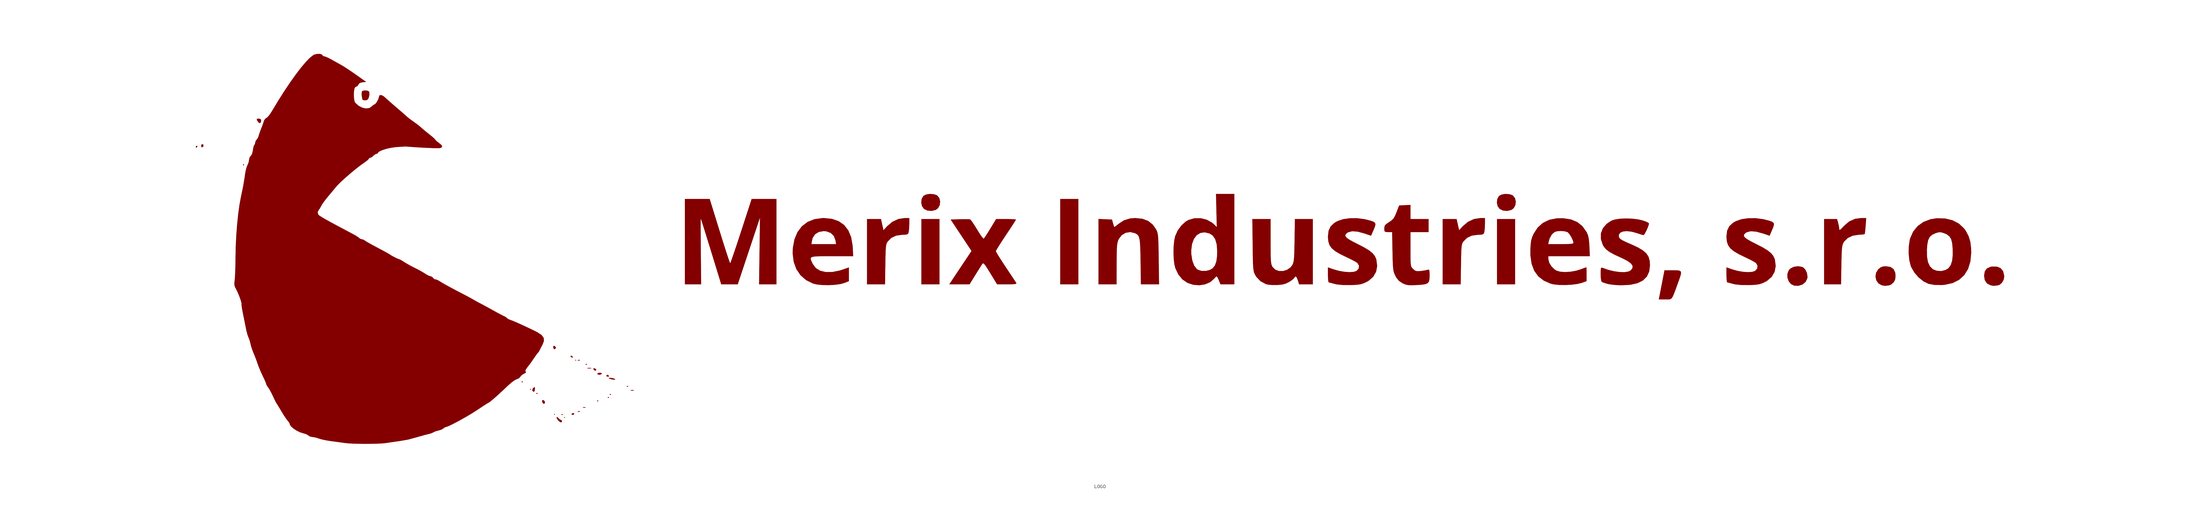
<source format=kicad_sym>
(kicad_symbol_lib
  (version 20220914)
  (generator "bitmap2component")
  (generator_version "9.0")
  (symbol "LOGO"
    (pin_names
      (offset 1.016))
    (property "Reference" "#G"
      (at 0 145.28 0)
      (effects (font (size 1.27 1.27)) hide))
    (symbol "LOGO_0_0"
      (polyline (pts (xy -180.847 -47.481) (xy -179.249 -47.442) (xy -177.917 -47.375) (xy -176.989 -47.279) (xy -176.958 -47.274) (xy -175.914 -47.114) (xy -174.617 -46.925) (xy -173.342 -46.746) (xy -171.022 -46.343) (xy -167.397 -45.35) (xy -167.364 -45.339) (xy -166.504 -45.087) (xy -165.578 -44.866) (xy -165.446 -44.837) (xy -164.708 -44.616) (xy -164.227 -44.376) (xy -164.178 -44.34) (xy -163.634 -44.102) (xy -162.881 -43.905) (xy -162.752 -43.879) (xy -162.025 -43.638) (xy -161.564 -43.341) (xy -161.362 -43.153) (xy -160.908 -42.964) (xy -160.483 -42.842) (xy -159.676 -42.484) (xy -158.591 -41.94) (xy -157.32 -41.262) (xy -155.955 -40.5) (xy -154.589 -39.704) (xy -153.315 -38.926) (xy -152.226 -38.215) (xy -151.295 -37.587) (xy -150.421 -37.012) (xy -149.801 -36.622) (xy -149.531 -36.479) (xy -149.525 -36.478) (xy -149.208 -36.286) (xy -148.584 -35.791) (xy -147.728 -35.059) (xy -146.72 -34.159) (xy -145.635 -33.159) (xy -144.553 -32.126) (xy -144.242 -31.829) (xy -143.251 -30.965) (xy -142.417 -30.358) (xy -141.839 -30.084) (xy -141.27 -29.848) (xy -140.915 -29.45) (xy -140.912 -29.441) (xy -140.56 -29.007) (xy -139.943 -28.631) (xy -139.843 -28.588) (xy -139.392 -28.307) (xy -139.46 -28.083) (xy -139.574 -27.941) (xy -139.475 -27.548) (xy -139.006 -26.875) (xy -138.801 -26.614) (xy -138.23 -25.862) (xy -137.809 -25.273) (xy -137.094 -24.218) (xy -136.615 -23.532) (xy -136.317 -23.14) (xy -136.143 -22.962) (xy -135.94 -22.7) (xy -135.652 -22.152) (xy -135.378 -21.581) (xy -134.964 -20.806) (xy -134.578 -19.84) (xy -134.651 -18.977) (xy -135.226 -18.21) (xy -136.322 -17.493) (xy -137.27 -17.014) (xy -138.494 -16.42) (xy -139.798 -15.805) (xy -141.071 -15.221) (xy -142.199 -14.721) (xy -143.068 -14.355) (xy -143.565 -14.175) (xy -144.091 -13.973) (xy -144.586 -13.619) (xy -144.777 -13.422) (xy -145.09 -13.24) (xy -145.099 -13.239) (xy -145.431 -13.094) (xy -146.128 -12.736) (xy -147.094 -12.219) (xy -148.232 -11.591) (xy -148.268 -11.571) (xy -149.446 -10.917) (xy -150.49 -10.345) (xy -151.286 -9.917) (xy -151.725 -9.693) (xy -151.894 -9.61) (xy -152.565 -9.25) (xy -153.346 -8.801) (xy -153.368 -8.787) (xy -154.174 -8.33) (xy -155.231 -7.756) (xy -156.318 -7.186) (xy -157.973 -6.327) (xy -159.595 -5.464) (xy -160.974 -4.708) (xy -162.031 -4.104) (xy -162.685 -3.694) (xy -163.234 -3.391) (xy -163.78 -3.243) (xy -164.016 -3.193) (xy -164.387 -2.837) (xy -164.507 -2.651) (xy -164.967 -2.432) (xy -165.482 -2.29) (xy -166.124 -1.948) (xy -166.861 -1.475) (xy -167.575 -1.055) (xy -168.434 -0.594) (xy -169.61 0.002) (xy -170.472 0.453) (xy -171.487 1.024) (xy -172.257 1.501) (xy -172.515 1.671) (xy -173.103 2.022) (xy -173.432 2.162) (xy -173.591 2.201) (xy -174.133 2.431) (xy -174.843 2.782) (xy -175.525 3.156) (xy -175.988 3.455) (xy -175.994 3.459) (xy -176.366 3.688) (xy -177.109 4.105) (xy -178.117 4.652) (xy -179.286 5.272) (xy -179.31 5.284) (xy -180.491 5.915) (xy -181.52 6.486) (xy -182.288 6.934) (xy -182.685 7.198) (xy -182.987 7.398) (xy -183.547 7.566) (xy -183.762 7.596) (xy -184.154 7.842) (xy -184.416 8.069) (xy -185.036 8.47) (xy -185.859 8.936) (xy -186.034 9.029) (xy -187.093 9.593) (xy -188.344 10.259) (xy -189.554 10.902) (xy -189.945 11.11) (xy -191.814 12.117) (xy -193.237 12.906) (xy -194.247 13.497) (xy -194.876 13.908) (xy -195.157 14.159) (xy -195.346 14.803) (xy -195.023 15.45) (xy -194.737 15.834) (xy -194.383 16.483) (xy -194.156 16.901) (xy -193.626 17.669) (xy -192.797 18.729) (xy -191.632 20.129) (xy -191.546 20.231) (xy -191.03 20.853) (xy -190.451 21.562) (xy -190.029 22.038) (xy -189.09 22.974) (xy -187.898 24.07) (xy -186.566 25.23) (xy -185.204 26.358) (xy -183.924 27.358) (xy -182.838 28.133) (xy -182.327 28.493) (xy -181.791 28.936) (xy -181.583 29.209) (xy -181.552 29.308) (xy -181.22 29.453) (xy -180.859 29.587) (xy -180.367 29.994) (xy -179.956 30.349) (xy -179.515 30.534) (xy -179.368 30.553) (xy -179.151 30.758) (xy -179.093 30.9) (xy -178.631 31.233) (xy -177.803 31.579) (xy -176.726 31.901) (xy -175.515 32.163) (xy -174.287 32.326) (xy -173.938 32.354) (xy -172.846 32.43) (xy -171.961 32.472) (xy -171.45 32.472) (xy -170.971 32.432) (xy -169.493 32.322) (xy -167.927 32.223) (xy -166.377 32.141) (xy -164.949 32.079) (xy -163.746 32.043) (xy -162.874 32.038) (xy -162.436 32.067) (xy -162.213 32.14) (xy -161.895 32.445) (xy -162.092 32.887) (xy -162.805 33.474) (xy -163.037 33.638) (xy -163.546 34.053) (xy -163.749 34.312) (xy -163.762 34.347) (xy -164.053 34.662) (xy -164.645 35.188) (xy -165.436 35.831) (xy -165.577 35.942) (xy -166.437 36.633) (xy -167.156 37.232) (xy -167.591 37.621) (xy -167.952 37.936) (xy -168.656 38.485) (xy -169.484 39.088) (xy -170.178 39.586) (xy -170.845 40.088) (xy -171.222 40.401) (xy -171.537 40.688) (xy -172.173 41.247) (xy -173.035 41.995) (xy -174.031 42.851) (xy -174.986 43.674) (xy -175.984 44.545) (xy -176.803 45.272) (xy -177.328 45.752) (xy -177.636 46.013) (xy -178.26 46.33) (xy -178.709 46.271) (xy -178.881 45.831) (xy -178.887 45.741) (xy -179.067 45.177) (xy -179.408 44.53) (xy -179.793 43.998) (xy -180.104 43.776) (xy -180.4 43.642) (xy -180.845 43.234) (xy -181.46 42.823) (xy -182.376 42.714) (xy -183.407 42.946) (xy -184.422 43.487) (xy -185.29 44.305) (xy -185.398 44.52) (xy -185.552 45.242) (xy -185.621 46.201) (xy -185.595 47.196) (xy -185.466 48.03) (xy -185.276 48.41) (xy -184.904 48.638) (xy -184.652 48.733) (xy -184.367 49.164) (xy -184.358 49.196) (xy -184.023 49.594) (xy -183.272 49.772) (xy -182.313 49.854) (xy -184.974 51.746) (xy -185.962 52.437) (xy -187.126 53.226) (xy -188.142 53.888) (xy -188.864 54.327) (xy -189.483 54.674) (xy -190.575 55.287) (xy -191.634 55.881) (xy -192.412 56.289) (xy -193.15 56.618) (xy -193.593 56.745) (xy -193.793 56.774) (xy -194.013 56.986) (xy -194.212 57.248) (xy -194.768 57.396) (xy -195.504 57.385) (xy -196.24 57.196) (xy -196.519 57.052) (xy -197.403 56.361) (xy -198.493 55.245) (xy -199.759 53.746) (xy -201.17 51.903) (xy -202.697 49.757) (xy -204.309 47.348) (xy -205.976 44.717) (xy -207.668 41.904) (xy -208.204 41.083) (xy -208.73 40.44) (xy -209.118 40.135) (xy -209.447 39.921) (xy -209.763 39.375) (xy -209.87 39.005) (xy -210.145 38.208) (xy -210.496 37.289) (xy -210.748 36.638) (xy -211.053 35.782) (xy -211.228 35.203) (xy -211.376 34.803) (xy -211.742 34.292) (xy -211.923 34.08) (xy -212.117 33.489) (xy -212.151 33.215) (xy -212.351 32.853) (xy -212.43 32.747) (xy -212.598 32.223) (xy -212.728 31.445) (xy -212.761 31.205) (xy -212.984 30.379) (xy -213.304 29.939) (xy -213.591 29.597) (xy -213.74 28.967) (xy -213.871 28.22) (xy -214.191 27.427) (xy -214.385 26.972) (xy -214.649 26.031) (xy -214.831 24.995) (xy -214.92 24.302) (xy -215.325 21.861) (xy -215.93 18.928) (xy -215.958 18.803) (xy -216.336 16.732) (xy -216.673 14.252) (xy -216.958 11.487) (xy -217.179 8.558) (xy -217.326 5.589) (xy -217.387 2.702) (xy -217.403 1.259) (xy -217.44 -0.36) (xy -217.491 -1.785) (xy -217.553 -2.902) (xy -217.622 -3.594) (xy -217.709 -4.43) (xy -217.604 -5.14) (xy -217.236 -5.891) (xy -217.04 -6.251) (xy -216.654 -7.091) (xy -216.279 -8.034) (xy -215.971 -8.931) (xy -215.781 -9.634) (xy -215.763 -9.995) (xy -215.772 -10.093) (xy -215.715 -10.624) (xy -215.572 -11.493) (xy -215.364 -12.574) (xy -215.301 -12.882) (xy -215.026 -14.242) (xy -214.76 -15.57) (xy -214.553 -16.618) (xy -214.391 -17.347) (xy -214.131 -18.279) (xy -213.888 -18.915) (xy -213.853 -18.985) (xy -213.568 -19.756) (xy -213.349 -20.638) (xy -213.251 -21.068) (xy -212.939 -22.07) (xy -212.546 -23.076) (xy -212.34 -23.561) (xy -211.862 -24.788) (xy -211.457 -25.946) (xy -211.112 -26.892) (xy -210.603 -28.111) (xy -210.063 -29.272) (xy -209.986 -29.428) (xy -209.559 -30.334) (xy -209.259 -31.044) (xy -209.145 -31.416) (xy -209.022 -31.756) (xy -208.66 -32.273) (xy -208.314 -32.783) (xy -207.85 -33.619) (xy -207.377 -34.587) (xy -207.357 -34.63) (xy -206.933 -35.534) (xy -206.578 -36.245) (xy -206.366 -36.614) (xy -206.331 -36.663) (xy -206.046 -37.109) (xy -205.591 -37.857) (xy -205.047 -38.776) (xy -204.95 -38.941) (xy -204.343 -39.92) (xy -203.779 -40.761) (xy -203.367 -41.297) (xy -203.352 -41.313) (xy -202.968 -41.802) (xy -202.829 -42.107) (xy -202.823 -42.259) (xy -202.512 -42.775) (xy -201.86 -43.36) (xy -200.99 -43.931) (xy -200.026 -44.402) (xy -199.091 -44.688) (xy -198.998 -44.706) (xy -198.268 -44.952) (xy -197.79 -45.268) (xy -197.388 -45.529) (xy -196.715 -45.666) (xy -196.651 -45.667) (xy -195.862 -45.794) (xy -195.013 -46.066) (xy -194.844 -46.129) (xy -194.005 -46.357) (xy -192.882 -46.585) (xy -191.67 -46.773) (xy -191.372 -46.811) (xy -190.074 -46.983) (xy -188.851 -47.149) (xy -187.933 -47.28) (xy -187.178 -47.359) (xy -185.877 -47.432) (xy -184.298 -47.477) (xy -182.575 -47.493) (xy -180.847 -47.481)) (stroke (width 0.01) (type default)) (fill (type outline)))
      (polyline (pts (xy -129.787 -41.59) (xy -129.728 -41.248) (xy -130.01 -41.072) (xy -130.256 -40.983) (xy -130.664 -40.6) (xy -130.914 -40.347) (xy -131.186 -40.305) (xy -131.202 -40.327) (xy -131.119 -40.663) (xy -130.762 -41.173) (xy -130.701 -41.241) (xy -130.243 -41.637) (xy -129.932 -41.723) (xy -129.787 -41.59)) (stroke (width 0.01) (type default)) (fill (type outline)))
      (polyline (pts (xy -128.892 -40.397) (xy -129.027 -40.262) (xy -129.162 -40.397) (xy -129.027 -40.532) (xy -128.892 -40.397)) (stroke (width 0.01) (type default)) (fill (type outline)))
      (polyline (pts (xy -131.594 -39.586) (xy -131.729 -39.451) (xy -131.864 -39.586) (xy -131.729 -39.721) (xy -131.594 -39.586)) (stroke (width 0.01) (type default)) (fill (type outline)))
      (polyline (pts (xy -129.559 -39.702) (xy -129.522 -39.541) (xy -129.562 -39.509) (xy -129.882 -39.541) (xy -129.925 -39.622) (xy -129.702 -39.721) (xy -129.559 -39.702)) (stroke (width 0.01) (type default)) (fill (type outline)))
      (polyline (pts (xy -126.68 -39.688) (xy -126.46 -39.451) (xy -126.467 -39.387) (xy -126.714 -39.181) (xy -126.79 -39.191) (xy -127.135 -39.451) (xy -127.161 -39.59) (xy -126.881 -39.721) (xy -126.68 -39.688)) (stroke (width 0.01) (type default)) (fill (type outline)))
      (polyline (pts (xy -124.992 -38.87) (xy -124.912 -38.747) (xy -125.007 -38.694) (xy -125.43 -38.726) (xy -125.555 -38.823) (xy -125.266 -38.889) (xy -124.992 -38.87)) (stroke (width 0.01) (type default)) (fill (type outline)))
      (polyline (pts (xy -123.386 -37.749) (xy -123.42 -37.651) (xy -123.542 -37.615) (xy -124.095 -37.651) (xy -124.141 -37.745) (xy -123.757 -37.787) (xy -123.386 -37.749)) (stroke (width 0.01) (type default)) (fill (type outline)))
      (polyline (pts (xy -134.296 -36.359) (xy -134.392 -36.023) (xy -134.701 -35.73) (xy -135.023 -35.764) (xy -135.075 -35.889) (xy -135.013 -36.332) (xy -134.765 -36.671) (xy -134.448 -36.706) (xy -134.296 -36.359)) (stroke (width 0.01) (type default)) (fill (type outline)))
      (polyline (pts (xy -120.032 -36.079) (xy -120.065 -35.758) (xy -120.146 -35.716) (xy -120.245 -35.938) (xy -120.225 -36.081) (xy -120.065 -36.118) (xy -120.032 -36.079)) (stroke (width 0.01) (type default)) (fill (type outline)))
      (polyline (pts (xy -117.129 -35.108) (xy -117.092 -34.947) (xy -117.132 -34.915) (xy -117.453 -34.947) (xy -117.495 -35.029) (xy -117.272 -35.128) (xy -117.129 -35.108)) (stroke (width 0.01) (type default)) (fill (type outline)))
      (polyline (pts (xy -116.589 -34.297) (xy -116.552 -34.137) (xy -116.591 -34.105) (xy -116.912 -34.137) (xy -116.954 -34.218) (xy -116.732 -34.317) (xy -116.589 -34.297)) (stroke (width 0.01) (type default)) (fill (type outline)))
      (polyline (pts (xy -136.315 -34.027) (xy -136.277 -33.867) (xy -136.317 -33.834) (xy -136.638 -33.867) (xy -136.68 -33.948) (xy -136.458 -34.047) (xy -136.315 -34.027)) (stroke (width 0.01) (type default)) (fill (type outline)))
      (polyline (pts (xy -137.109 -33.348) (xy -136.998 -32.773) (xy -137.011 -32.377) (xy -137.122 -32.216) (xy -137.435 -32.477) (xy -137.667 -32.812) (xy -137.69 -33.21) (xy -137.381 -33.497) (xy -137.109 -33.348)) (stroke (width 0.01) (type default)) (fill (type outline)))
      (polyline (pts (xy -110.435 -33.148) (xy -110.444 -33.059) (xy -110.666 -33.009) (xy -111.255 -33.049) (xy -111.302 -33.062) (xy -111.341 -33.145) (xy -110.922 -33.183) (xy -110.858 -33.184) (xy -110.435 -33.148)) (stroke (width 0.01) (type default)) (fill (type outline)))
      (polyline (pts (xy -138.079 -32.831) (xy -138.214 -32.696) (xy -138.349 -32.831) (xy -138.214 -32.966) (xy -138.079 -32.831)) (stroke (width 0.01) (type default)) (fill (type outline)))
      (polyline (pts (xy -111.995 -32.136) (xy -111.958 -31.975) (xy -111.998 -31.943) (xy -112.319 -31.975) (xy -112.361 -32.056) (xy -112.138 -32.155) (xy -111.995 -32.136)) (stroke (width 0.01) (type default)) (fill (type outline)))
      (polyline (pts (xy -140.298 -30.945) (xy -140.331 -30.624) (xy -140.412 -30.582) (xy -140.511 -30.804) (xy -140.491 -30.947) (xy -140.331 -30.984) (xy -140.298 -30.945)) (stroke (width 0.01) (type default)) (fill (type outline)))
      (polyline (pts (xy -115.423 -30.194) (xy -115.651 -29.994) (xy -116.041 -29.837) (xy -116.732 -29.747) (xy -117.064 -29.759) (xy -117.208 -29.823) (xy -116.867 -29.994) (xy -116.498 -30.119) (xy -115.786 -30.241) (xy -115.687 -30.242) (xy -115.423 -30.194)) (stroke (width 0.01) (type default)) (fill (type outline)))
      (polyline (pts (xy -117.199 -29.414) (xy -117.137 -29.183) (xy -117.193 -29.109) (xy -117.559 -28.913) (xy -117.619 -28.92) (xy -117.813 -29.183) (xy -117.761 -29.312) (xy -117.392 -29.453) (xy -117.199 -29.414)) (stroke (width 0.01) (type default)) (fill (type outline)))
      (polyline (pts (xy -119.41 -28.869) (xy -119.029 -28.642) (xy -119.094 -28.458) (xy -119.553 -28.372) (xy -120.013 -28.441) (xy -120.245 -28.642) (xy -120.151 -28.797) (xy -119.72 -28.913) (xy -119.41 -28.869)) (stroke (width 0.01) (type default)) (fill (type outline)))
      (polyline (pts (xy -120.515 -27.591) (xy -120.563 -27.459) (xy -120.92 -27.194) (xy -121.105 -27.15) (xy -121.326 -27.293) (xy -121.145 -27.652) (xy -121.063 -27.722) (xy -120.696 -27.818) (xy -120.515 -27.591)) (stroke (width 0.01) (type default)) (fill (type outline)))
      (polyline (pts (xy -122.223 -27.226) (xy -121.85 -27.183) (xy -121.934 -27.105) (xy -122.194 -27.063) (xy -122.879 -27.105) (xy -122.956 -27.13) (xy -122.898 -27.201) (xy -122.406 -27.229) (xy -122.223 -27.226)) (stroke (width 0.01) (type default)) (fill (type outline)))
      (polyline (pts (xy -123.074 -26.191) (xy -123.037 -26.03) (xy -123.077 -25.998) (xy -123.397 -26.03) (xy -123.439 -26.112) (xy -123.217 -26.211) (xy -123.074 -26.191)) (stroke (width 0.01) (type default)) (fill (type outline)))
      (polyline (pts (xy -125.919 -24.995) (xy -126.054 -24.86) (xy -126.189 -24.995) (xy -126.054 -25.13) (xy -125.919 -24.995)) (stroke (width 0.01) (type default)) (fill (type outline)))
      (polyline (pts (xy -124.992 -25.089) (xy -124.912 -24.966) (xy -125.007 -24.913) (xy -125.43 -24.945) (xy -125.555 -25.042) (xy -125.266 -25.108) (xy -124.992 -25.089)) (stroke (width 0.01) (type default)) (fill (type outline)))
      (polyline (pts (xy -126.877 -24.298) (xy -126.865 -24.049) (xy -126.92 -23.976) (xy -127.302 -23.779) (xy -127.393 -23.799) (xy -127.405 -24.049) (xy -127.35 -24.122) (xy -126.968 -24.319) (xy -126.877 -24.298)) (stroke (width 0.01) (type default)) (fill (type outline)))
      (polyline (pts (xy -131.531 -21.932) (xy -131.357 -21.669) (xy -131.535 -21.297) (xy -131.862 -21.108) (xy -132.085 -21.282) (xy -132.024 -21.786) (xy -131.831 -22.076) (xy -131.531 -21.932)) (stroke (width 0.01) (type default)) (fill (type outline)))
      (polyline (pts (xy 167.561 -8.647) (xy 167.94 -8.553) (xy 168.247 -8.305) (xy 168.537 -7.833) (xy 168.866 -7.068) (xy 169.286 -5.94) (xy 169.854 -4.38) (xy 170.201 -3.432) (xy 170.585 -2.303) (xy 170.743 -1.556) (xy 170.646 -1.112) (xy 170.265 -0.892) (xy 169.57 -0.818) (xy 168.533 -0.811) (xy 166.292 -0.811) (xy 165.674 -3.986) (xy 165.439 -5.194) (xy 165.204 -6.399) (xy 165.019 -7.348) (xy 164.91 -7.904) (xy 164.762 -8.647) (xy 166.493 -8.647) (xy 167.057 -8.655) (xy 167.561 -8.647)) (stroke (width 0.01) (type default)) (fill (type outline)))
      (polyline (pts (xy 203.376 -4.621) (xy 204.204 -3.916) (xy 204.653 -2.937) (xy 204.69 -2.44) (xy 204.511 -1.468) (xy 204.089 -0.588) (xy 203.511 -0.022) (xy 203.208 0.111) (xy 202.112 0.283) (xy 200.973 0.11) (xy 200.04 -0.382) (xy 199.649 -0.83) (xy 199.298 -1.764) (xy 199.306 -2.789) (xy 199.639 -3.76) (xy 200.262 -4.529) (xy 201.139 -4.95) (xy 202.29 -4.984) (xy 203.376 -4.621)) (stroke (width 0.01) (type default)) (fill (type outline)))
      (polyline (pts (xy 225.852 -4.974) (xy 225.989 -4.939) (xy 226.608 -4.864) (xy 226.639 -4.862) (xy 227.108 -4.652) (xy 227.666 -4.2) (xy 227.915 -3.92) (xy 228.24 -3.247) (xy 228.33 -2.297) (xy 228.242 -1.427) (xy 227.796 -0.481) (xy 226.969 0.083) (xy 225.754 0.27) (xy 225.067 0.234) (xy 224.364 0.008) (xy 223.715 -0.52) (xy 223.668 -0.568) (xy 223.103 -1.488) (xy 222.945 -2.516) (xy 223.165 -3.51) (xy 223.732 -4.329) (xy 224.618 -4.832) (xy 224.653 -4.842) (xy 225.358 -4.98) (xy 225.852 -4.974)) (stroke (width 0.01) (type default)) (fill (type outline)))
      (polyline (pts (xy 255.035 -4.974) (xy 255.173 -4.939) (xy 255.791 -4.864) (xy 256.278 -4.714) (xy 256.877 -4.177) (xy 257.332 -3.413) (xy 257.513 -2.592) (xy 257.503 -2.28) (xy 257.223 -1.072) (xy 256.566 -0.248) (xy 255.553 0.177) (xy 254.2 0.187) (xy 253.816 0.118) (xy 252.85 -0.319) (xy 252.29 -1.103) (xy 252.108 -2.267) (xy 252.281 -3.433) (xy 252.848 -4.317) (xy 253.809 -4.835) (xy 253.837 -4.843) (xy 254.54 -4.98) (xy 255.035 -4.974)) (stroke (width 0.01) (type default)) (fill (type outline)))
      (polyline (pts (xy -56.435 -4.715) (xy -54.96 -4.511) (xy -53.84 -4.199) (xy -52.692 -3.724) (xy -52.692 -1.883) (xy -52.692 -0.041) (xy -54.228 -0.581) (xy -55.152 -0.874) (xy -57.145 -1.272) (xy -58.91 -1.289) (xy -60.403 -0.933) (xy -61.574 -0.213) (xy -62.379 0.863) (xy -62.596 1.307) (xy -62.857 1.882) (xy -62.963 2.307) (xy -62.858 2.604) (xy -62.488 2.797) (xy -61.797 2.908) (xy -60.731 2.959) (xy -59.234 2.973) (xy -57.252 2.972) (xy -51.545 2.972) (xy -51.666 5.337) (xy -51.702 5.859) (xy -52.095 8.09) (xy -52.855 9.928) (xy -53.976 11.369) (xy -55.452 12.405) (xy -57.278 13.03) (xy -59.447 13.241) (xy -59.789 13.235) (xy -61.933 12.938) (xy -63.779 12.198) (xy -65.306 11.037) (xy -66.489 9.478) (xy -67.308 7.542) (xy -67.558 6.215) (xy -62.76 6.215) (xy -62.599 7.228) (xy -62.423 7.888) (xy -61.773 8.876) (xy -60.76 9.506) (xy -59.447 9.728) (xy -58.71 9.663) (xy -57.55 9.216) (xy -56.723 8.387) (xy -56.295 7.228) (xy -56.134 6.215) (xy -59.447 6.215) (xy -62.76 6.215) (xy -67.558 6.215) (xy -67.74 5.25) (xy -67.795 3.704) (xy -67.518 1.474) (xy -66.813 -0.485) (xy -65.7 -2.138) (xy -64.199 -3.448) (xy -62.329 -4.38) (xy -61.225 -4.638) (xy -59.743 -4.782) (xy -58.088 -4.807) (xy -56.435 -4.715)) (stroke (width 0.01) (type default)) (fill (type outline)))
      (polyline (pts (xy 42.964 -4.587) (xy 44.324 -3.997) (xy 45.366 -3.084) (xy 45.369 -3.079) (xy 45.778 -2.622) (xy 46.045 -2.432) (xy 46.104 -2.47) (xy 46.344 -2.853) (xy 46.643 -3.513) (xy 47.076 -4.594) (xy 48.938 -4.594) (xy 50.8 -4.594) (xy 50.8 7.566) (xy 50.8 19.726) (xy 48.336 19.726) (xy 45.873 19.726) (xy 45.98 15.272) (xy 46.088 10.818) (xy 45.269 11.61) (xy 44.882 11.948) (xy 43.442 12.773) (xy 41.801 13.194) (xy 40.102 13.188) (xy 38.49 12.731) (xy 37.722 12.282) (xy 36.557 11.22) (xy 35.579 9.869) (xy 34.915 8.384) (xy 34.91 8.37) (xy 34.654 7.146) (xy 34.505 5.611) (xy 34.478 4.529) (xy 39.22 4.529) (xy 39.425 6.221) (xy 39.926 7.597) (xy 40.684 8.614) (xy 41.663 9.231) (xy 42.825 9.403) (xy 44.134 9.089) (xy 44.969 8.553) (xy 45.657 7.57) (xy 46.063 6.17) (xy 46.199 4.324) (xy 46.161 2.981) (xy 45.966 1.559) (xy 45.587 0.507) (xy 45 -0.262) (xy 44.25 -0.713) (xy 43.153 -0.984) (xy 42.005 -0.984) (xy 41.04 -0.69) (xy 40.7 -0.447) (xy 39.999 0.478) (xy 39.504 1.818) (xy 39.245 3.503) (xy 39.22 4.529) (xy 34.478 4.529) (xy 34.463 3.933) (xy 34.525 2.282) (xy 34.693 0.825) (xy 34.963 -0.27) (xy 35.778 -1.964) (xy 36.84 -3.262) (xy 38.184 -4.179) (xy 38.273 -4.223) (xy 39.809 -4.72) (xy 41.416 -4.835) (xy 42.964 -4.587)) (stroke (width 0.01) (type default)) (fill (type outline)))
      (polyline (pts (xy 62.18 -4.77) (xy 62.705 -4.744) (xy 63.801 -4.618) (xy 64.662 -4.37) (xy 65.507 -3.944) (xy 65.999 -3.633) (xy 66.619 -3.161) (xy 66.923 -2.816) (xy 66.975 -2.694) (xy 67.246 -2.448) (xy 67.544 -2.724) (xy 67.855 -3.513) (xy 68.179 -4.594) (xy 70.028 -4.594) (xy 71.876 -4.594) (xy 71.876 4.188) (xy 71.876 12.97) (xy 69.468 12.97) (xy 67.059 12.97) (xy 66.968 7.228) (xy 66.964 6.957) (xy 66.929 5.086) (xy 66.888 3.666) (xy 66.834 2.617) (xy 66.758 1.86) (xy 66.653 1.314) (xy 66.511 0.901) (xy 66.324 0.54) (xy 65.872 -0.044) (xy 64.945 -0.693) (xy 63.863 -1.016) (xy 62.763 -1.003) (xy 61.782 -0.64) (xy 61.056 0.082) (xy 60.989 0.197) (xy 60.832 0.532) (xy 60.715 0.95) (xy 60.633 1.528) (xy 60.579 2.341) (xy 60.547 3.467) (xy 60.532 4.98) (xy 60.529 6.958) (xy 60.528 12.97) (xy 58.079 12.97) (xy 55.63 12.97) (xy 55.715 6.012) (xy 55.722 5.377) (xy 55.751 3.381) (xy 55.782 1.833) (xy 55.825 0.662) (xy 55.883 -0.205) (xy 55.964 -0.84) (xy 56.073 -1.314) (xy 56.216 -1.701) (xy 56.401 -2.071) (xy 56.727 -2.609) (xy 57.824 -3.754) (xy 59.312 -4.55) (xy 59.343 -4.561) (xy 60.042 -4.696) (xy 61.058 -4.771) (xy 62.18 -4.77)) (stroke (width 0.01) (type default)) (fill (type outline)))
      (polyline (pts (xy 82.782 -4.763) (xy 83.893 -4.69) (xy 84.731 -4.554) (xy 85.463 -4.325) (xy 86.251 -3.97) (xy 86.876 -3.619) (xy 88.095 -2.545) (xy 88.86 -1.208) (xy 89.147 0.34) (xy 88.932 2.042) (xy 88.872 2.245) (xy 88.501 3.053) (xy 87.895 3.796) (xy 86.984 4.531) (xy 85.699 5.318) (xy 83.969 6.215) (xy 82.597 6.911) (xy 81.524 7.525) (xy 80.872 8.019) (xy 80.6 8.435) (xy 80.665 8.816) (xy 81.026 9.204) (xy 81.335 9.409) (xy 82.421 9.694) (xy 83.878 9.59) (xy 85.704 9.099) (xy 87.507 8.485) (xy 88.211 10.117) (xy 88.459 10.709) (xy 88.674 11.406) (xy 88.615 11.883) (xy 88.22 12.226) (xy 87.424 12.518) (xy 86.164 12.844) (xy 85.701 12.947) (xy 83.739 13.2) (xy 81.772 13.189) (xy 79.963 12.924) (xy 78.476 12.413) (xy 77.693 11.965) (xy 76.678 11.027) (xy 76.108 9.842) (xy 75.93 8.323) (xy 75.932 8.1) (xy 76.038 6.931) (xy 76.352 5.963) (xy 76.936 5.126) (xy 77.852 4.351) (xy 79.162 3.566) (xy 80.93 2.702) (xy 81.554 2.408) (xy 82.583 1.893) (xy 83.388 1.452) (xy 83.832 1.156) (xy 83.896 1.095) (xy 84.273 0.393) (xy 84.176 -0.352) (xy 83.62 -0.978) (xy 83.611 -0.984) (xy 82.845 -1.235) (xy 81.711 -1.311) (xy 80.348 -1.219) (xy 78.893 -0.97) (xy 77.483 -0.573) (xy 75.93 -0.029) (xy 75.93 -2.041) (xy 75.93 -2.216) (xy 75.963 -3.15) (xy 76.035 -3.811) (xy 76.132 -4.065) (xy 76.299 -4.096) (xy 76.882 -4.243) (xy 77.686 -4.466) (xy 78.347 -4.613) (xy 79.898 -4.77) (xy 81.874 -4.79) (xy 82.782 -4.763)) (stroke (width 0.01) (type default)) (fill (type outline)))
      (polyline (pts (xy 99.583 -4.79) (xy 100.971 -4.706) (xy 102.006 -4.561) (xy 102.664 -4.303) (xy 103.03 -3.872) (xy 103.187 -3.21) (xy 103.221 -2.258) (xy 103.208 -1.343) (xy 103.145 -0.816) (xy 103.002 -0.625) (xy 102.748 -0.669) (xy 102.508 -0.74) (xy 101.779 -0.882) (xy 100.88 -1.003) (xy 100.489 -1.041) (xy 99.765 -1.044) (xy 99.27 -0.867) (xy 98.786 -0.453) (xy 98.748 -0.415) (xy 98.504 -0.152) (xy 98.329 0.129) (xy 98.211 0.515) (xy 98.14 1.093) (xy 98.103 1.951) (xy 98.089 3.175) (xy 98.087 4.852) (xy 98.087 9.457) (xy 100.519 9.457) (xy 102.951 9.457) (xy 102.951 11.214) (xy 102.951 12.97) (xy 100.519 12.97) (xy 98.087 12.97) (xy 98.087 14.875) (xy 98.087 16.78) (xy 96.563 16.699) (xy 95.04 16.618) (xy 94.334 14.779) (xy 93.978 13.91) (xy 93.569 13.176) (xy 93.069 12.645) (xy 92.345 12.143) (xy 91.913 11.867) (xy 91.362 11.425) (xy 91.117 10.99) (xy 91.062 10.403) (xy 91.063 10.161) (xy 91.136 9.676) (xy 91.434 9.489) (xy 92.114 9.457) (xy 93.166 9.457) (xy 93.264 4.256) (xy 93.267 4.079) (xy 93.305 2.301) (xy 93.349 0.965) (xy 93.41 -0.022) (xy 93.498 -0.75) (xy 93.625 -1.311) (xy 93.8 -1.796) (xy 94.035 -2.297) (xy 94.337 -2.847) (xy 95.006 -3.667) (xy 95.925 -4.277) (xy 96.206 -4.417) (xy 96.832 -4.668) (xy 97.491 -4.798) (xy 98.352 -4.831) (xy 99.583 -4.79)) (stroke (width 0.01) (type default)) (fill (type outline)))
      (polyline (pts (xy 141.398 -4.682) (xy 142.91 -4.487) (xy 144.091 -4.192) (xy 145.374 -3.732) (xy 145.374 -1.866) (xy 145.374 -1.812) (xy 145.364 -0.897) (xy 145.34 -0.247) (xy 145.307 -0.000100) (xy 145.124 -0.059) (xy 144.557 -0.265) (xy 143.753 -0.568) (xy 142.611 -0.92) (xy 141.086 -1.196) (xy 139.582 -1.289) (xy 138.258 -1.192) (xy 137.273 -0.896) (xy 136.794 -0.592) (xy 135.94 0.245) (xy 135.335 1.236) (xy 135.106 2.202) (xy 135.106 2.972) (xy 140.677 2.972) (xy 146.248 2.972) (xy 146.133 5.607) (xy 146.096 6.31) (xy 145.969 7.605) (xy 145.763 8.563) (xy 145.453 9.326) (xy 145.371 9.479) (xy 144.274 11.033) (xy 142.891 12.153) (xy 141.185 12.862) (xy 139.118 13.183) (xy 137.45 13.174) (xy 135.4 12.782) (xy 133.663 11.953) (xy 132.244 10.687) (xy 131.144 8.987) (xy 131.12 8.938) (xy 130.746 8.072) (xy 130.509 7.225) (xy 130.369 6.215) (xy 135.063 6.215) (xy 135.255 7.089) (xy 135.456 7.763) (xy 136.032 8.814) (xy 136.79 9.491) (xy 137.453 9.689) (xy 138.451 9.763) (xy 139.467 9.685) (xy 140.239 9.458) (xy 140.358 9.377) (xy 140.833 8.835) (xy 141.318 8.044) (xy 141.697 7.214) (xy 141.856 6.553) (xy 141.841 6.498) (xy 141.592 6.365) (xy 140.987 6.277) (xy 139.964 6.23) (xy 138.463 6.215) (xy 135.063 6.215) (xy 130.369 6.215) (xy 130.369 6.21) (xy 130.287 4.842) (xy 130.296 3.15) (xy 130.618 0.916) (xy 131.318 -0.944) (xy 132.406 -2.445) (xy 133.891 -3.602) (xy 135.782 -4.429) (xy 136.66 -4.621) (xy 138.095 -4.755) (xy 139.733 -4.773) (xy 141.398 -4.682)) (stroke (width 0.01) (type default)) (fill (type outline)))
      (polyline (pts (xy 157.102 -4.713) (xy 159.026 -4.285) (xy 160.51 -3.55) (xy 161.563 -2.503) (xy 162.19 -1.141) (xy 162.398 0.54) (xy 162.309 1.786) (xy 161.995 2.848) (xy 161.394 3.755) (xy 160.446 4.573) (xy 159.09 5.371) (xy 157.267 6.214) (xy 156.436 6.572) (xy 155.356 7.067) (xy 154.653 7.455) (xy 154.249 7.791) (xy 154.065 8.132) (xy 154.021 8.535) (xy 154.032 8.684) (xy 154.361 9.262) (xy 155.089 9.612) (xy 156.139 9.723) (xy 157.43 9.585) (xy 158.885 9.187) (xy 159.537 8.966) (xy 160.262 8.745) (xy 160.659 8.656) (xy 160.752 8.71) (xy 161.043 9.119) (xy 161.402 9.794) (xy 161.754 10.573) (xy 162.021 11.291) (xy 162.128 11.784) (xy 161.909 11.993) (xy 161.301 12.286) (xy 160.439 12.59) (xy 159.244 12.869) (xy 157.645 13.068) (xy 155.971 13.131) (xy 154.371 13.059) (xy 152.995 12.853) (xy 151.995 12.514) (xy 150.754 11.674) (xy 149.745 10.486) (xy 149.222 9.122) (xy 149.204 7.629) (xy 149.708 6.059) (xy 150.059 5.456) (xy 150.665 4.774) (xy 151.53 4.127) (xy 152.74 3.452) (xy 154.383 2.688) (xy 154.937 2.438) (xy 156.352 1.706) (xy 157.269 1.044) (xy 157.71 0.423) (xy 157.701 -0.185) (xy 157.264 -0.811) (xy 156.642 -1.145) (xy 155.591 -1.311) (xy 154.255 -1.285) (xy 152.743 -1.075) (xy 151.165 -0.691) (xy 149.63 -0.143) (xy 149.591 -0.127) (xy 149.359 -0.099) (xy 149.228 -0.309) (xy 149.171 -0.858) (xy 149.157 -1.847) (xy 149.191 -2.798) (xy 149.298 -3.576) (xy 149.461 -3.938) (xy 149.61 -4.011) (xy 150.21 -4.228) (xy 151.014 -4.471) (xy 151.222 -4.521) (xy 152.2 -4.676) (xy 153.437 -4.789) (xy 154.715 -4.84) (xy 154.735 -4.84) (xy 157.102 -4.713)) (stroke (width 0.01) (type default)) (fill (type outline)))
      (polyline (pts (xy 189.786 -4.763) (xy 190.897 -4.69) (xy 191.736 -4.554) (xy 192.467 -4.325) (xy 193.256 -3.97) (xy 193.88 -3.619) (xy 195.099 -2.545) (xy 195.865 -1.208) (xy 196.152 0.34) (xy 195.936 2.042) (xy 195.877 2.245) (xy 195.506 3.053) (xy 194.9 3.796) (xy 193.989 4.531) (xy 192.703 5.318) (xy 190.974 6.215) (xy 189.601 6.911) (xy 188.528 7.525) (xy 187.876 8.019) (xy 187.604 8.435) (xy 187.669 8.816) (xy 188.03 9.204) (xy 188.339 9.409) (xy 189.425 9.694) (xy 190.883 9.59) (xy 192.708 9.099) (xy 194.511 8.485) (xy 195.216 10.117) (xy 195.463 10.709) (xy 195.678 11.406) (xy 195.62 11.883) (xy 195.224 12.226) (xy 194.428 12.518) (xy 193.168 12.844) (xy 192.705 12.947) (xy 190.744 13.2) (xy 188.776 13.189) (xy 186.967 12.924) (xy 185.48 12.413) (xy 184.697 11.965) (xy 183.682 11.027) (xy 183.112 9.842) (xy 182.934 8.323) (xy 182.936 8.1) (xy 183.043 6.931) (xy 183.357 5.963) (xy 183.94 5.126) (xy 184.856 4.351) (xy 186.167 3.566) (xy 187.934 2.702) (xy 188.559 2.408) (xy 189.588 1.893) (xy 190.392 1.452) (xy 190.836 1.156) (xy 190.9 1.095) (xy 191.277 0.393) (xy 191.18 -0.352) (xy 190.624 -0.978) (xy 190.615 -0.984) (xy 189.849 -1.235) (xy 188.715 -1.311) (xy 187.352 -1.219) (xy 185.897 -0.97) (xy 184.488 -0.573) (xy 182.934 -0.029) (xy 182.934 -2.041) (xy 182.935 -2.216) (xy 182.968 -3.15) (xy 183.039 -3.811) (xy 183.137 -4.065) (xy 183.304 -4.096) (xy 183.886 -4.243) (xy 184.69 -4.466) (xy 185.352 -4.613) (xy 186.903 -4.77) (xy 188.879 -4.79) (xy 189.786 -4.763)) (stroke (width 0.01) (type default)) (fill (type outline)))
      (polyline (pts (xy 241.56 -4.709) (xy 243.654 -4.244) (xy 245.401 -3.37) (xy 246.789 -2.102) (xy 247.801 -0.456) (xy 248.425 1.554) (xy 248.646 3.911) (xy 248.625 5.03) (xy 248.417 6.82) (xy 247.955 8.351) (xy 247.201 9.783) (xy 246.744 10.423) (xy 245.359 11.73) (xy 243.641 12.635) (xy 241.63 13.122) (xy 239.363 13.175) (xy 237.721 12.917) (xy 235.837 12.199) (xy 234.268 11.079) (xy 233.059 9.594) (xy 232.255 7.775) (xy 232.135 7.317) (xy 231.885 5.595) (xy 231.872 4.857) (xy 236.756 4.857) (xy 236.853 6.114) (xy 237.092 7.314) (xy 237.509 8.158) (xy 238.159 8.746) (xy 239.095 9.179) (xy 239.887 9.41) (xy 240.535 9.413) (xy 241.343 9.179) (xy 242.023 8.891) (xy 242.766 8.35) (xy 243.253 7.576) (xy 243.538 6.471) (xy 243.678 4.933) (xy 243.697 3.367) (xy 243.534 1.779) (xy 243.148 0.589) (xy 242.528 -0.259) (xy 241.811 -0.718) (xy 240.676 -1.008) (xy 239.476 -0.967) (xy 238.426 -0.578) (xy 238.37 -0.542) (xy 237.564 0.241) (xy 237.035 1.371) (xy 236.771 2.894) (xy 236.756 4.857) (xy 231.872 4.857) (xy 231.852 3.713) (xy 232.031 1.89) (xy 232.417 0.348) (xy 232.535 0.053) (xy 233.362 -1.391) (xy 234.498 -2.713) (xy 235.809 -3.775) (xy 237.159 -4.441) (xy 237.231 -4.464) (xy 238.737 -4.736) (xy 240.654 -4.776) (xy 241.56 -4.709)) (stroke (width 0.01) (type default)) (fill (type outline)))
      (polyline (pts (xy -92.458 4.301) (xy -92.472 5.75) (xy -92.487 7.758) (xy -92.496 9.537) (xy -92.499 11.024) (xy -92.495 12.159) (xy -92.486 12.877) (xy -92.469 13.117) (xy -92.468 13.116) (xy -92.364 12.823) (xy -92.117 12.062) (xy -91.744 10.881) (xy -91.257 9.328) (xy -90.674 7.449) (xy -90.007 5.293) (xy -89.272 2.907) (xy -88.484 0.339) (xy -87.657 -2.364) (xy -86.976 -4.594) (xy -84.76 -4.594) (xy -82.544 -4.594) (xy -79.555 4.386) (xy -76.567 13.365) (xy -76.689 4.386) (xy -76.811 -4.594) (xy -74.479 -4.594) (xy -72.147 -4.594) (xy -72.147 6.891) (xy -72.147 18.375) (xy -75.476 18.375) (xy -78.805 18.375) (xy -81.613 9.728) (xy -82.11 8.204) (xy -82.746 6.275) (xy -83.32 4.564) (xy -83.81 3.129) (xy -84.195 2.031) (xy -84.457 1.328) (xy -84.573 1.081) (xy -84.64 1.211) (xy -84.854 1.795) (xy -85.193 2.793) (xy -85.636 4.145) (xy -86.164 5.791) (xy -86.758 7.672) (xy -87.397 9.728) (xy -90.069 18.375) (xy -93.402 18.375) (xy -96.736 18.375) (xy -96.736 6.891) (xy -96.736 -4.594) (xy -94.552 -4.594) (xy -92.368 -4.594) (xy -92.458 4.301)) (stroke (width 0.01) (type default)) (fill (type outline)))
      (polyline (pts (xy -42.912 0.792) (xy -42.909 0.966) (xy -42.877 2.777) (xy -42.839 4.135) (xy -42.786 5.12) (xy -42.71 5.813) (xy -42.603 6.293) (xy -42.456 6.642) (xy -42.26 6.939) (xy -41.286 7.909) (xy -40.007 8.514) (xy -38.389 8.736) (xy -38.351 8.737) (xy -37.472 8.774) (xy -36.987 8.879) (xy -36.755 9.117) (xy -36.635 9.554) (xy -36.584 9.892) (xy -36.508 10.792) (xy -36.479 11.788) (xy -36.479 13.241) (xy -37.762 13.235) (xy -39.415 12.977) (xy -41.015 12.234) (xy -42.409 11.061) (xy -43.411 9.965) (xy -43.747 11.468) (xy -44.084 12.97) (xy -45.956 12.97) (xy -47.828 12.97) (xy -47.828 4.188) (xy -47.828 -4.594) (xy -45.412 -4.594) (xy -42.995 -4.594) (xy -42.912 0.792)) (stroke (width 0.01) (type default)) (fill (type outline)))
      (polyline (pts (xy -28.372 4.188) (xy -28.372 12.97) (xy -30.804 12.97) (xy -33.236 12.97) (xy -33.236 4.188) (xy -33.236 -4.594) (xy -30.804 -4.594) (xy -28.372 -4.594) (xy -28.372 4.188)) (stroke (width 0.01) (type default)) (fill (type outline)))
      (polyline (pts (xy -18.758 -2.094) (xy -18.259 -1.287) (xy -17.643 -0.299) (xy -17.158 0.468) (xy -16.881 0.894) (xy -16.795 0.999) (xy -16.616 1.056) (xy -16.371 0.884) (xy -16.008 0.423) (xy -15.476 -0.387) (xy -14.724 -1.605) (xy -12.903 -4.594) (xy -10.219 -4.594) (xy -10.074 -4.593) (xy -8.862 -4.575) (xy -8.114 -4.519) (xy -7.761 -4.416) (xy -7.735 -4.256) (xy -7.894 -4.007) (xy -8.316 -3.364) (xy -8.94 -2.418) (xy -9.715 -1.25) (xy -10.588 0.061) (xy -11.333 1.191) (xy -12.095 2.372) (xy -12.699 3.34) (xy -13.097 4.017) (xy -13.241 4.324) (xy -13.123 4.582) (xy -12.747 5.224) (xy -12.159 6.168) (xy -11.406 7.334) (xy -10.538 8.647) (xy -9.743 9.843) (xy -8.98 11.002) (xy -8.377 11.936) (xy -7.979 12.569) (xy -7.836 12.829) (xy -7.945 12.869) (xy -8.485 12.921) (xy -9.376 12.957) (xy -10.501 12.97) (xy -13.167 12.97) (xy -14.722 10.399) (xy -15.27 9.508) (xy -15.846 8.605) (xy -16.277 7.965) (xy -16.5 7.691) (xy -16.682 7.815) (xy -17.085 8.321) (xy -17.637 9.13) (xy -18.273 10.155) (xy -18.831 11.064) (xy -19.421 11.969) (xy -19.878 12.605) (xy -20.133 12.873) (xy -20.257 12.897) (xy -20.852 12.93) (xy -21.783 12.936) (xy -22.907 12.914) (xy -25.373 12.835) (xy -22.573 8.609) (xy -19.774 4.384) (xy -22.27 0.638) (xy -22.832 -0.205) (xy -23.667 -1.46) (xy -24.39 -2.549) (xy -24.938 -3.377) (xy -25.25 -3.85) (xy -25.733 -4.594) (xy -23.016 -4.594) (xy -20.299 -4.594) (xy -18.758 -2.094)) (stroke (width 0.01) (type default)) (fill (type outline)))
      (polyline (pts (xy 8.917 6.891) (xy 8.917 18.375) (xy 6.485 18.375) (xy 4.053 18.375) (xy 4.053 6.891) (xy 4.053 -4.594) (xy 6.485 -4.594) (xy 8.917 -4.594) (xy 8.917 6.891)) (stroke (width 0.01) (type default)) (fill (type outline)))
      (polyline (pts (xy 19.191 0.878) (xy 19.194 2.153) (xy 19.21 3.761) (xy 19.246 4.969) (xy 19.307 5.859) (xy 19.4 6.518) (xy 19.532 7.03) (xy 19.71 7.481) (xy 19.784 7.634) (xy 20.578 8.656) (xy 21.645 9.283) (xy 22.865 9.469) (xy 24.118 9.168) (xy 24.234 9.114) (xy 24.638 8.884) (xy 24.95 8.584) (xy 25.182 8.147) (xy 25.349 7.505) (xy 25.463 6.593) (xy 25.537 5.341) (xy 25.585 3.684) (xy 25.621 1.554) (xy 25.707 -4.594) (xy 28.144 -4.594) (xy 30.582 -4.594) (xy 30.486 2.229) (xy 30.483 2.473) (xy 30.451 4.533) (xy 30.416 6.134) (xy 30.373 7.347) (xy 30.314 8.247) (xy 30.233 8.906) (xy 30.125 9.397) (xy 29.982 9.793) (xy 29.799 10.167) (xy 28.925 11.438) (xy 27.681 12.45) (xy 26.123 13.044) (xy 24.215 13.239) (xy 22.805 13.133) (xy 21.16 12.629) (xy 19.71 11.679) (xy 19.274 11.319) (xy 18.77 10.947) (xy 18.542 10.844) (xy 18.53 10.866) (xy 18.397 11.241) (xy 18.208 11.889) (xy 17.951 12.835) (xy 16.136 12.915) (xy 14.321 12.995) (xy 14.321 4.201) (xy 14.321 -4.594) (xy 16.753 -4.594) (xy 19.185 -4.594) (xy 19.191 0.878)) (stroke (width 0.01) (type default)) (fill (type outline)))
      (polyline (pts (xy 111.65 0.792) (xy 111.652 0.966) (xy 111.685 2.777) (xy 111.723 4.135) (xy 111.776 5.12) (xy 111.852 5.813) (xy 111.959 6.293) (xy 112.106 6.642) (xy 112.302 6.939) (xy 113.276 7.909) (xy 114.554 8.514) (xy 116.172 8.736) (xy 116.211 8.737) (xy 117.09 8.774) (xy 117.575 8.879) (xy 117.806 9.117) (xy 117.927 9.554) (xy 117.978 9.892) (xy 118.053 10.792) (xy 118.083 11.788) (xy 118.083 13.241) (xy 116.799 13.235) (xy 115.147 12.977) (xy 113.546 12.234) (xy 112.153 11.061) (xy 111.151 9.965) (xy 110.814 11.468) (xy 110.478 12.97) (xy 108.606 12.97) (xy 106.734 12.97) (xy 106.734 4.188) (xy 106.734 -4.594) (xy 109.15 -4.594) (xy 111.566 -4.594) (xy 111.65 0.792)) (stroke (width 0.01) (type default)) (fill (type outline)))
      (polyline (pts (xy 126.189 4.188) (xy 126.189 12.97) (xy 123.757 12.97) (xy 121.325 12.97) (xy 121.325 4.188) (xy 121.325 -4.594) (xy 123.757 -4.594) (xy 126.189 -4.594) (xy 126.189 4.188)) (stroke (width 0.01) (type default)) (fill (type outline)))
      (polyline (pts (xy 213.785 0.608) (xy 213.807 1.786) (xy 213.847 3.34) (xy 213.9 4.489) (xy 213.974 5.318) (xy 214.079 5.911) (xy 214.223 6.353) (xy 214.414 6.729) (xy 214.549 6.939) (xy 215.517 7.882) (xy 216.849 8.5) (xy 218.457 8.751) (xy 219.044 8.779) (xy 219.724 8.845) (xy 220.036 8.924) (xy 220.049 8.951) (xy 220.126 9.361) (xy 220.215 10.139) (xy 220.301 11.146) (xy 220.452 13.241) (xy 219.054 13.235) (xy 217.477 13.031) (xy 215.888 12.33) (xy 214.482 11.121) (xy 214.385 11.014) (xy 213.76 10.351) (xy 213.401 10.063) (xy 213.236 10.115) (xy 213.196 10.471) (xy 213.194 10.543) (xy 213.1 11.17) (xy 212.913 11.957) (xy 212.632 12.97) (xy 210.888 12.97) (xy 209.145 12.97) (xy 209.145 4.188) (xy 209.145 -4.594) (xy 211.421 -4.594) (xy 213.697 -4.594) (xy 213.785 0.608)) (stroke (width 0.01) (type default)) (fill (type outline)))
      (polyline (pts (xy -29.349 15.437) (xy -28.741 15.908) (xy -28.306 16.739) (xy -28.192 17.701) (xy -28.417 18.62) (xy -28.994 19.32) (xy -29.151 19.415) (xy -30.017 19.679) (xy -31.044 19.724) (xy -32.011 19.556) (xy -32.696 19.185) (xy -32.71 19.171) (xy -33.159 18.369) (xy -33.271 17.382) (xy -33.056 16.42) (xy -32.524 15.692) (xy -31.648 15.264) (xy -30.494 15.153) (xy -29.349 15.437)) (stroke (width 0.01) (type default)) (fill (type outline)))
      (polyline (pts (xy 125.213 15.437) (xy 125.821 15.908) (xy 126.256 16.739) (xy 126.369 17.701) (xy 126.145 18.62) (xy 125.567 19.32) (xy 125.411 19.415) (xy 124.545 19.679) (xy 123.518 19.724) (xy 122.551 19.556) (xy 121.866 19.185) (xy 121.852 19.171) (xy 121.402 18.369) (xy 121.29 17.382) (xy 121.506 16.42) (xy 122.037 15.692) (xy 122.913 15.264) (xy 124.067 15.153) (xy 125.213 15.437)) (stroke (width 0.01) (type default)) (fill (type outline)))
      (polyline (pts (xy -215.147 27.421) (xy -215.179 27.742) (xy -215.261 27.784) (xy -215.36 27.562) (xy -215.34 27.419) (xy -215.179 27.382) (xy -215.147 27.421)) (stroke (width 0.01) (type default)) (fill (type outline)))
      (polyline (pts (xy -227.897 32.168) (xy -227.654 32.426) (xy -227.612 32.53) (xy -227.774 32.696) (xy -227.852 32.685) (xy -228.06 32.426) (xy -228.057 32.364) (xy -227.94 32.155) (xy -227.897 32.168)) (stroke (width 0.01) (type default)) (fill (type outline)))
      (polyline (pts (xy -226.107 32.379) (xy -226.013 32.518) (xy -226.033 32.966) (xy -226.168 33.11) (xy -226.499 33.013) (xy -226.593 32.874) (xy -226.573 32.426) (xy -226.438 32.282) (xy -226.107 32.379)) (stroke (width 0.01) (type default)) (fill (type outline)))
      (polyline (pts (xy -210.628 38.924) (xy -210.496 39.467) (xy -210.647 39.868) (xy -211.187 39.992) (xy -211.322 39.989) (xy -211.678 39.89) (xy -211.647 39.584) (xy -211.234 38.981) (xy -210.94 38.77) (xy -210.628 38.924)) (stroke (width 0.01) (type default)) (fill (type outline)))
      (polyline (pts (xy -182.155 44.967) (xy -181.762 45.265) (xy -181.534 45.936) (xy -181.437 46.479) (xy -181.463 47.145) (xy -181.804 47.471) (xy -182.52 47.557) (xy -183.015 47.533) (xy -183.395 47.364) (xy -183.507 46.95) (xy -183.514 46.276) (xy -183.328 45.175) (xy -183.079 44.958) (xy -182.472 44.905) (xy -182.155 44.967)) (stroke (width 0.01) (type default)) (fill (type outline))))))
</source>
